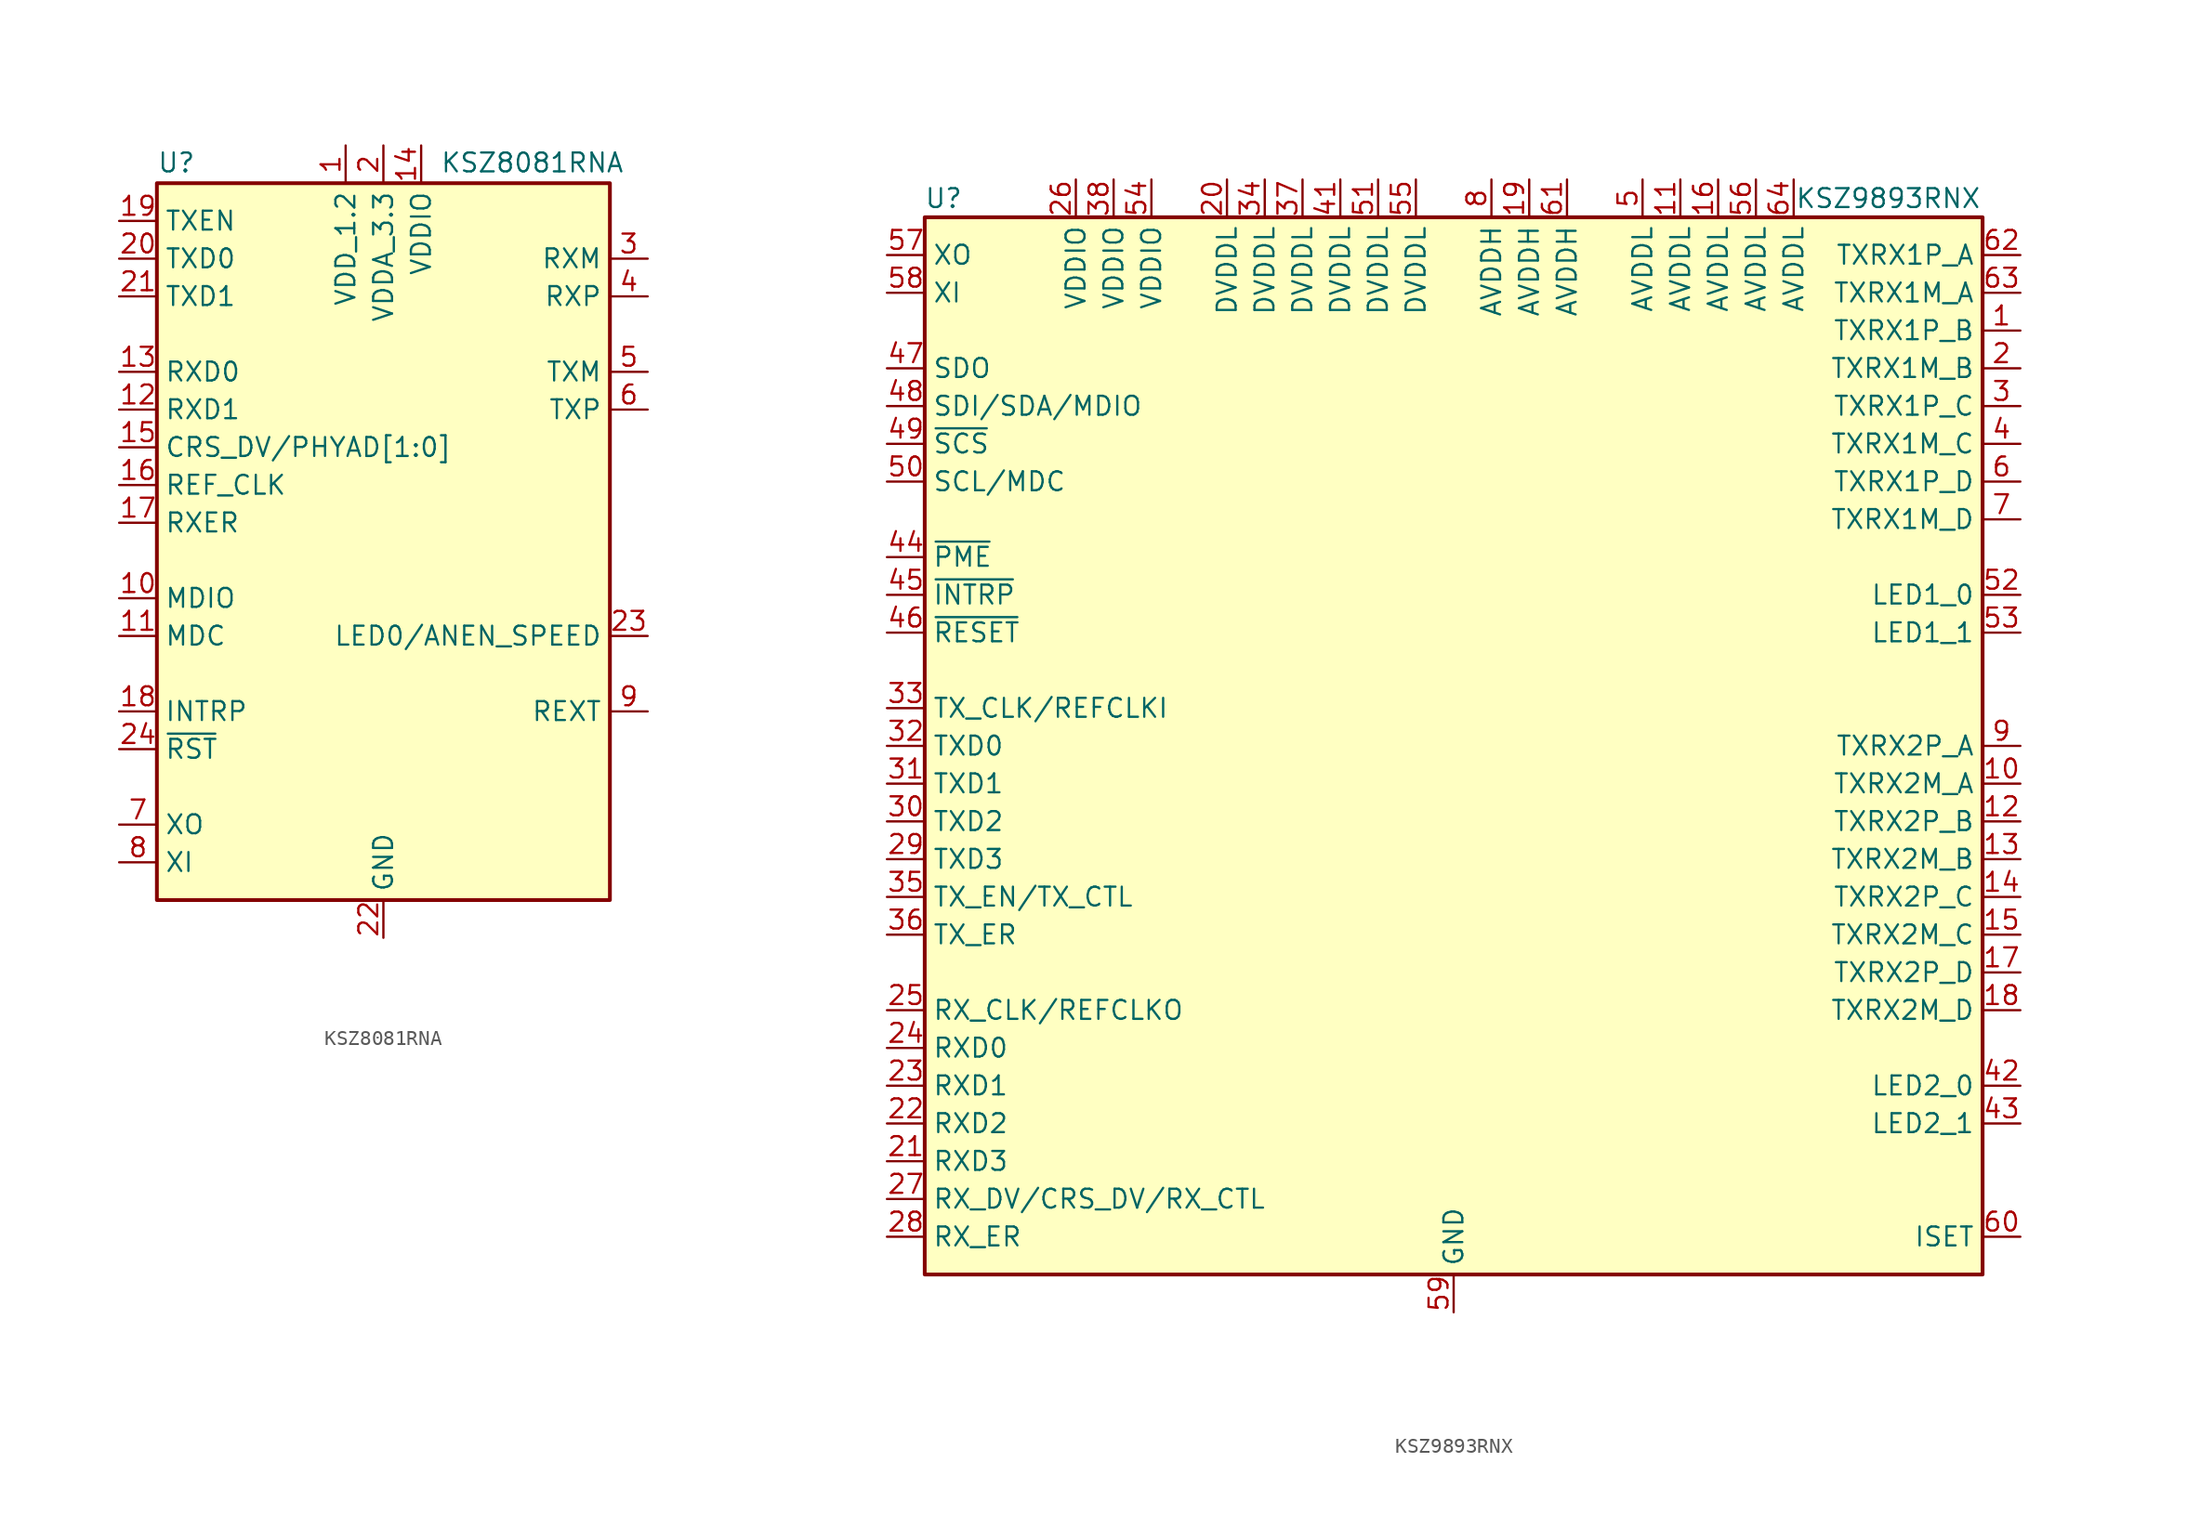
<source format=kicad_sym>
(kicad_symbol_lib
  (version 20241209)
  (generator "kicad_symbol_editor")
  (generator_version "9.0")
  (symbol "KSZ8081RNA"
    (property "Reference" "U"
      (at -15.24 26.035 0)
      (effects (font (size 1.27 1.27)) (justify left bottom)))
    (property "Value" "KSZ8081RNA"
      (at 3.81 26.035 0)
      (effects (font (size 1.27 1.27)) (justify left bottom)))
    (symbol "KSZ8081RNA_0_1"
      (rectangle (start -15.24 25.4) (end 15.24 -22.86) (stroke (width 0.254) (type default)) (fill (type background))))
    (symbol "KSZ8081RNA_1_1"
      (pin input line (at -17.78 22.86 0) (length 2.54) (name "TXEN" (effects (font (size 1.27 1.27)))) (number "19" (effects (font (size 1.27 1.27)))))
      (pin input line (at -17.78 20.32 0) (length 2.54) (name "TXD0" (effects (font (size 1.27 1.27)))) (number "20" (effects (font (size 1.27 1.27)))))
      (pin bidirectional line (at -17.78 17.78 0) (length 2.54) (name "TXD1" (effects (font (size 1.27 1.27)))) (number "21" (effects (font (size 1.27 1.27)))))
      (pin output line (at -17.78 12.7 0) (length 2.54) (name "RXD0" (effects (font (size 1.27 1.27)))) (number "13" (effects (font (size 1.27 1.27)))))
      (pin output line (at -17.78 10.16 0) (length 2.54) (name "RXD1" (effects (font (size 1.27 1.27)))) (number "12" (effects (font (size 1.27 1.27)))))
      (pin output line (at -17.78 7.62 0) (length 2.54) (name "CRS_DV/PHYAD[1:0]" (effects (font (size 1.27 1.27)))) (number "15" (effects (font (size 1.27 1.27)))))
      (pin output line (at -17.78 5.08 0) (length 2.54) (name "REF_CLK" (effects (font (size 1.27 1.27)))) (number "16" (effects (font (size 1.27 1.27)))))
      (pin output line (at -17.78 2.54 0) (length 2.54) (name "RXER" (effects (font (size 1.27 1.27)))) (number "17" (effects (font (size 1.27 1.27)))))
      (pin bidirectional line (at -17.78 -2.54 0) (length 2.54) (name "MDIO" (effects (font (size 1.27 1.27)))) (number "10" (effects (font (size 1.27 1.27)))))
      (pin input line (at -17.78 -5.08 0) (length 2.54) (name "MDC" (effects (font (size 1.27 1.27)))) (number "11" (effects (font (size 1.27 1.27)))))
      (pin bidirectional line (at -17.78 -10.16 0) (length 2.54) (name "INTRP" (effects (font (size 1.27 1.27)))) (number "18" (effects (font (size 1.27 1.27)))))
      (pin input line (at -17.78 -12.7 0) (length 2.54) (name "~{RST}" (effects (font (size 1.27 1.27)))) (number "24" (effects (font (size 1.27 1.27)))))
      (pin output line (at -17.78 -17.78 0) (length 2.54) (name "XO" (effects (font (size 1.27 1.27)))) (number "7" (effects (font (size 1.27 1.27)))))
      (pin input line (at -17.78 -20.32 0) (length 2.54) (name "XI" (effects (font (size 1.27 1.27)))) (number "8" (effects (font (size 1.27 1.27)))))
      (pin power_out line (at -2.54 27.94 270) (length 2.54) (name "VDD_1.2" (effects (font (size 1.27 1.27)))) (number "1" (effects (font (size 1.27 1.27)))))
      (pin power_in line (at 0 27.94 270) (length 2.54) (name "VDDA_3.3" (effects (font (size 1.27 1.27)))) (number "2" (effects (font (size 1.27 1.27)))))
      (pin power_in line (at 0 -25.4 90) (length 2.54) (name "GND" (effects (font (size 1.27 1.27)))) (number "22" (effects (font (size 1.27 1.27)))))
      (pin passive line (at 0 -25.4 90) (length 2.54) (hide yes) (name "GND" (effects (font (size 1.27 1.27)))) (number "25" (effects (font (size 1.27 1.27)))))
      (pin power_in line (at 2.54 27.94 270) (length 2.54) (name "VDDIO" (effects (font (size 1.27 1.27)))) (number "14" (effects (font (size 1.27 1.27)))))
      (pin bidirectional line (at 17.78 20.32 180) (length 2.54) (name "RXM" (effects (font (size 1.27 1.27)))) (number "3" (effects (font (size 1.27 1.27)))))
      (pin bidirectional line (at 17.78 17.78 180) (length 2.54) (name "RXP" (effects (font (size 1.27 1.27)))) (number "4" (effects (font (size 1.27 1.27)))))
      (pin bidirectional line (at 17.78 12.7 180) (length 2.54) (name "TXM" (effects (font (size 1.27 1.27)))) (number "5" (effects (font (size 1.27 1.27)))))
      (pin bidirectional line (at 17.78 10.16 180) (length 2.54) (name "TXP" (effects (font (size 1.27 1.27)))) (number "6" (effects (font (size 1.27 1.27)))))
      (pin output line (at 17.78 -5.08 180) (length 2.54) (name "LED0/ANEN_SPEED" (effects (font (size 1.27 1.27)))) (number "23" (effects (font (size 1.27 1.27)))))
      (pin passive line (at 17.78 -10.16 180) (length 2.54) (name "REXT" (effects (font (size 1.27 1.27)))) (number "9" (effects (font (size 1.27 1.27)))))))
  (symbol "KSZ9893RNX"
    (property "Reference" "U"
      (at -34.29 36.83 0)
      (effects (font (size 1.27 1.27))))
    (property "Value" "KSZ9893RNX"
      (at 29.21 36.83 0)
      (effects (font (size 1.27 1.27))))
    (symbol "KSZ9893RNX_0_1"
      (rectangle (start 35.56 -35.56) (end -35.56 35.56) (stroke (width 0.254) (type default)) (fill (type background))))
    (symbol "KSZ9893RNX_1_1"
      (pin output line (at -38.1 33.02 0) (length 2.54) (name "XO" (effects (font (size 1.27 1.27)))) (number "57" (effects (font (size 1.27 1.27)))))
      (pin input line (at -38.1 30.48 0) (length 2.54) (name "XI" (effects (font (size 1.27 1.27)))) (number "58" (effects (font (size 1.27 1.27)))))
      (pin output line (at -38.1 25.4 0) (length 2.54) (name "SDO" (effects (font (size 1.27 1.27)))) (number "47" (effects (font (size 1.27 1.27)))))
      (pin bidirectional line (at -38.1 22.86 0) (length 2.54) (name "SDI/SDA/MDIO" (effects (font (size 1.27 1.27)))) (number "48" (effects (font (size 1.27 1.27)))))
      (pin input line (at -38.1 20.32 0) (length 2.54) (name "~{SCS}" (effects (font (size 1.27 1.27)))) (number "49" (effects (font (size 1.27 1.27)))))
      (pin input line (at -38.1 17.78 0) (length 2.54) (name "SCL/MDC" (effects (font (size 1.27 1.27)))) (number "50" (effects (font (size 1.27 1.27)))))
      (pin output line (at -38.1 12.7 0) (length 2.54) (name "~{PME}" (effects (font (size 1.27 1.27)))) (number "44" (effects (font (size 1.27 1.27)))))
      (pin output line (at -38.1 10.16 0) (length 2.54) (name "~{INTRP}" (effects (font (size 1.27 1.27)))) (number "45" (effects (font (size 1.27 1.27)))))
      (pin input line (at -38.1 7.62 0) (length 2.54) (name "~{RESET}" (effects (font (size 1.27 1.27)))) (number "46" (effects (font (size 1.27 1.27)))))
      (pin input line (at -38.1 2.54 0) (length 2.54) (name "TX_CLK/REFCLKI" (effects (font (size 1.27 1.27)))) (number "33" (effects (font (size 1.27 1.27)))))
      (pin input line (at -38.1 0 0) (length 2.54) (name "TXD0" (effects (font (size 1.27 1.27)))) (number "32" (effects (font (size 1.27 1.27)))))
      (pin input line (at -38.1 -2.54 0) (length 2.54) (name "TXD1" (effects (font (size 1.27 1.27)))) (number "31" (effects (font (size 1.27 1.27)))))
      (pin input line (at -38.1 -5.08 0) (length 2.54) (name "TXD2" (effects (font (size 1.27 1.27)))) (number "30" (effects (font (size 1.27 1.27)))))
      (pin input line (at -38.1 -7.62 0) (length 2.54) (name "TXD3" (effects (font (size 1.27 1.27)))) (number "29" (effects (font (size 1.27 1.27)))))
      (pin input line (at -38.1 -10.16 0) (length 2.54) (name "TX_EN/TX_CTL" (effects (font (size 1.27 1.27)))) (number "35" (effects (font (size 1.27 1.27)))))
      (pin input line (at -38.1 -12.7 0) (length 2.54) (name "TX_ER" (effects (font (size 1.27 1.27)))) (number "36" (effects (font (size 1.27 1.27)))))
      (pin output line (at -38.1 -17.78 0) (length 2.54) (name "RX_CLK/REFCLKO" (effects (font (size 1.27 1.27)))) (number "25" (effects (font (size 1.27 1.27)))))
      (pin output line (at -38.1 -20.32 0) (length 2.54) (name "RXD0" (effects (font (size 1.27 1.27)))) (number "24" (effects (font (size 1.27 1.27)))))
      (pin output line (at -38.1 -22.86 0) (length 2.54) (name "RXD1" (effects (font (size 1.27 1.27)))) (number "23" (effects (font (size 1.27 1.27)))))
      (pin output line (at -38.1 -25.4 0) (length 2.54) (name "RXD2" (effects (font (size 1.27 1.27)))) (number "22" (effects (font (size 1.27 1.27)))))
      (pin output line (at -38.1 -27.94 0) (length 2.54) (name "RXD3" (effects (font (size 1.27 1.27)))) (number "21" (effects (font (size 1.27 1.27)))))
      (pin output line (at -38.1 -30.48 0) (length 2.54) (name "RX_DV/CRS_DV/RX_CTL" (effects (font (size 1.27 1.27)))) (number "27" (effects (font (size 1.27 1.27)))))
      (pin output line (at -38.1 -33.02 0) (length 2.54) (name "RX_ER" (effects (font (size 1.27 1.27)))) (number "28" (effects (font (size 1.27 1.27)))))
      (pin power_in line (at -25.4 38.1 270) (length 2.54) (name "VDDIO" (effects (font (size 1.27 1.27)))) (number "26" (effects (font (size 1.27 1.27)))))
      (pin power_in line (at -22.86 38.1 270) (length 2.54) (name "VDDIO" (effects (font (size 1.27 1.27)))) (number "38" (effects (font (size 1.27 1.27)))))
      (pin power_in line (at -20.32 38.1 270) (length 2.54) (name "VDDIO" (effects (font (size 1.27 1.27)))) (number "54" (effects (font (size 1.27 1.27)))))
      (pin power_in line (at -15.24 38.1 270) (length 2.54) (name "DVDDL" (effects (font (size 1.27 1.27)))) (number "20" (effects (font (size 1.27 1.27)))))
      (pin power_in line (at -12.7 38.1 270) (length 2.54) (name "DVDDL" (effects (font (size 1.27 1.27)))) (number "34" (effects (font (size 1.27 1.27)))))
      (pin power_in line (at -10.16 38.1 270) (length 2.54) (name "DVDDL" (effects (font (size 1.27 1.27)))) (number "37" (effects (font (size 1.27 1.27)))))
      (pin power_in line (at -7.62 38.1 270) (length 2.54) (name "DVDDL" (effects (font (size 1.27 1.27)))) (number "41" (effects (font (size 1.27 1.27)))))
      (pin power_in line (at -5.08 38.1 270) (length 2.54) (name "DVDDL" (effects (font (size 1.27 1.27)))) (number "51" (effects (font (size 1.27 1.27)))))
      (pin power_in line (at -2.54 38.1 270) (length 2.54) (name "DVDDL" (effects (font (size 1.27 1.27)))) (number "55" (effects (font (size 1.27 1.27)))))
      (pin power_in line (at 0 -38.1 90) (length 2.54) (name "GND" (effects (font (size 1.27 1.27)))) (number "59" (effects (font (size 1.27 1.27)))))
      (pin passive line (at 0 -38.1 90) (length 2.54) (hide yes) (name "GND" (effects (font (size 1.27 1.27)))) (number "65" (effects (font (size 1.27 1.27)))))
      (pin power_in line (at 2.54 38.1 270) (length 2.54) (name "AVDDH" (effects (font (size 1.27 1.27)))) (number "8" (effects (font (size 1.27 1.27)))))
      (pin power_in line (at 5.08 38.1 270) (length 2.54) (name "AVDDH" (effects (font (size 1.27 1.27)))) (number "19" (effects (font (size 1.27 1.27)))))
      (pin power_in line (at 7.62 38.1 270) (length 2.54) (name "AVDDH" (effects (font (size 1.27 1.27)))) (number "61" (effects (font (size 1.27 1.27)))))
      (pin power_in line (at 12.7 38.1 270) (length 2.54) (name "AVDDL" (effects (font (size 1.27 1.27)))) (number "5" (effects (font (size 1.27 1.27)))))
      (pin power_in line (at 15.24 38.1 270) (length 2.54) (name "AVDDL" (effects (font (size 1.27 1.27)))) (number "11" (effects (font (size 1.27 1.27)))))
      (pin power_in line (at 17.78 38.1 270) (length 2.54) (name "AVDDL" (effects (font (size 1.27 1.27)))) (number "16" (effects (font (size 1.27 1.27)))))
      (pin power_in line (at 20.32 38.1 270) (length 2.54) (name "AVDDL" (effects (font (size 1.27 1.27)))) (number "56" (effects (font (size 1.27 1.27)))))
      (pin power_in line (at 22.86 38.1 270) (length 2.54) (name "AVDDL" (effects (font (size 1.27 1.27)))) (number "64" (effects (font (size 1.27 1.27)))))
      (pin no_connect line (at 35.56 5.08 180) (length 2.54) (hide yes) (name "NC" (effects (font (size 1.27 1.27)))) (number "40" (effects (font (size 1.27 1.27)))))
      (pin no_connect line (at 35.56 2.54 180) (length 2.54) (hide yes) (name "NC" (effects (font (size 1.27 1.27)))) (number "39" (effects (font (size 1.27 1.27)))))
      (pin passive line (at 38.1 33.02 180) (length 2.54) (name "TXRX1P_A" (effects (font (size 1.27 1.27)))) (number "62" (effects (font (size 1.27 1.27)))))
      (pin passive line (at 38.1 30.48 180) (length 2.54) (name "TXRX1M_A" (effects (font (size 1.27 1.27)))) (number "63" (effects (font (size 1.27 1.27)))))
      (pin passive line (at 38.1 27.94 180) (length 2.54) (name "TXRX1P_B" (effects (font (size 1.27 1.27)))) (number "1" (effects (font (size 1.27 1.27)))))
      (pin passive line (at 38.1 25.4 180) (length 2.54) (name "TXRX1M_B" (effects (font (size 1.27 1.27)))) (number "2" (effects (font (size 1.27 1.27)))))
      (pin passive line (at 38.1 22.86 180) (length 2.54) (name "TXRX1P_C" (effects (font (size 1.27 1.27)))) (number "3" (effects (font (size 1.27 1.27)))))
      (pin passive line (at 38.1 20.32 180) (length 2.54) (name "TXRX1M_C" (effects (font (size 1.27 1.27)))) (number "4" (effects (font (size 1.27 1.27)))))
      (pin passive line (at 38.1 17.78 180) (length 2.54) (name "TXRX1P_D" (effects (font (size 1.27 1.27)))) (number "6" (effects (font (size 1.27 1.27)))))
      (pin passive line (at 38.1 15.24 180) (length 2.54) (name "TXRX1M_D" (effects (font (size 1.27 1.27)))) (number "7" (effects (font (size 1.27 1.27)))))
      (pin output line (at 38.1 10.16 180) (length 2.54) (name "LED1_0" (effects (font (size 1.27 1.27)))) (number "52" (effects (font (size 1.27 1.27)))))
      (pin output line (at 38.1 7.62 180) (length 2.54) (name "LED1_1" (effects (font (size 1.27 1.27)))) (number "53" (effects (font (size 1.27 1.27)))))
      (pin passive line (at 38.1 0 180) (length 2.54) (name "TXRX2P_A" (effects (font (size 1.27 1.27)))) (number "9" (effects (font (size 1.27 1.27)))))
      (pin passive line (at 38.1 -2.54 180) (length 2.54) (name "TXRX2M_A" (effects (font (size 1.27 1.27)))) (number "10" (effects (font (size 1.27 1.27)))))
      (pin passive line (at 38.1 -5.08 180) (length 2.54) (name "TXRX2P_B" (effects (font (size 1.27 1.27)))) (number "12" (effects (font (size 1.27 1.27)))))
      (pin passive line (at 38.1 -7.62 180) (length 2.54) (name "TXRX2M_B" (effects (font (size 1.27 1.27)))) (number "13" (effects (font (size 1.27 1.27)))))
      (pin passive line (at 38.1 -10.16 180) (length 2.54) (name "TXRX2P_C" (effects (font (size 1.27 1.27)))) (number "14" (effects (font (size 1.27 1.27)))))
      (pin passive line (at 38.1 -12.7 180) (length 2.54) (name "TXRX2M_C" (effects (font (size 1.27 1.27)))) (number "15" (effects (font (size 1.27 1.27)))))
      (pin passive line (at 38.1 -15.24 180) (length 2.54) (name "TXRX2P_D" (effects (font (size 1.27 1.27)))) (number "17" (effects (font (size 1.27 1.27)))))
      (pin passive line (at 38.1 -17.78 180) (length 2.54) (name "TXRX2M_D" (effects (font (size 1.27 1.27)))) (number "18" (effects (font (size 1.27 1.27)))))
      (pin output line (at 38.1 -22.86 180) (length 2.54) (name "LED2_0" (effects (font (size 1.27 1.27)))) (number "42" (effects (font (size 1.27 1.27)))))
      (pin output line (at 38.1 -25.4 180) (length 2.54) (name "LED2_1" (effects (font (size 1.27 1.27)))) (number "43" (effects (font (size 1.27 1.27)))))
      (pin passive line (at 38.1 -33.02 180) (length 2.54) (name "ISET" (effects (font (size 1.27 1.27)))) (number "60" (effects (font (size 1.27 1.27))))))))
</source>
